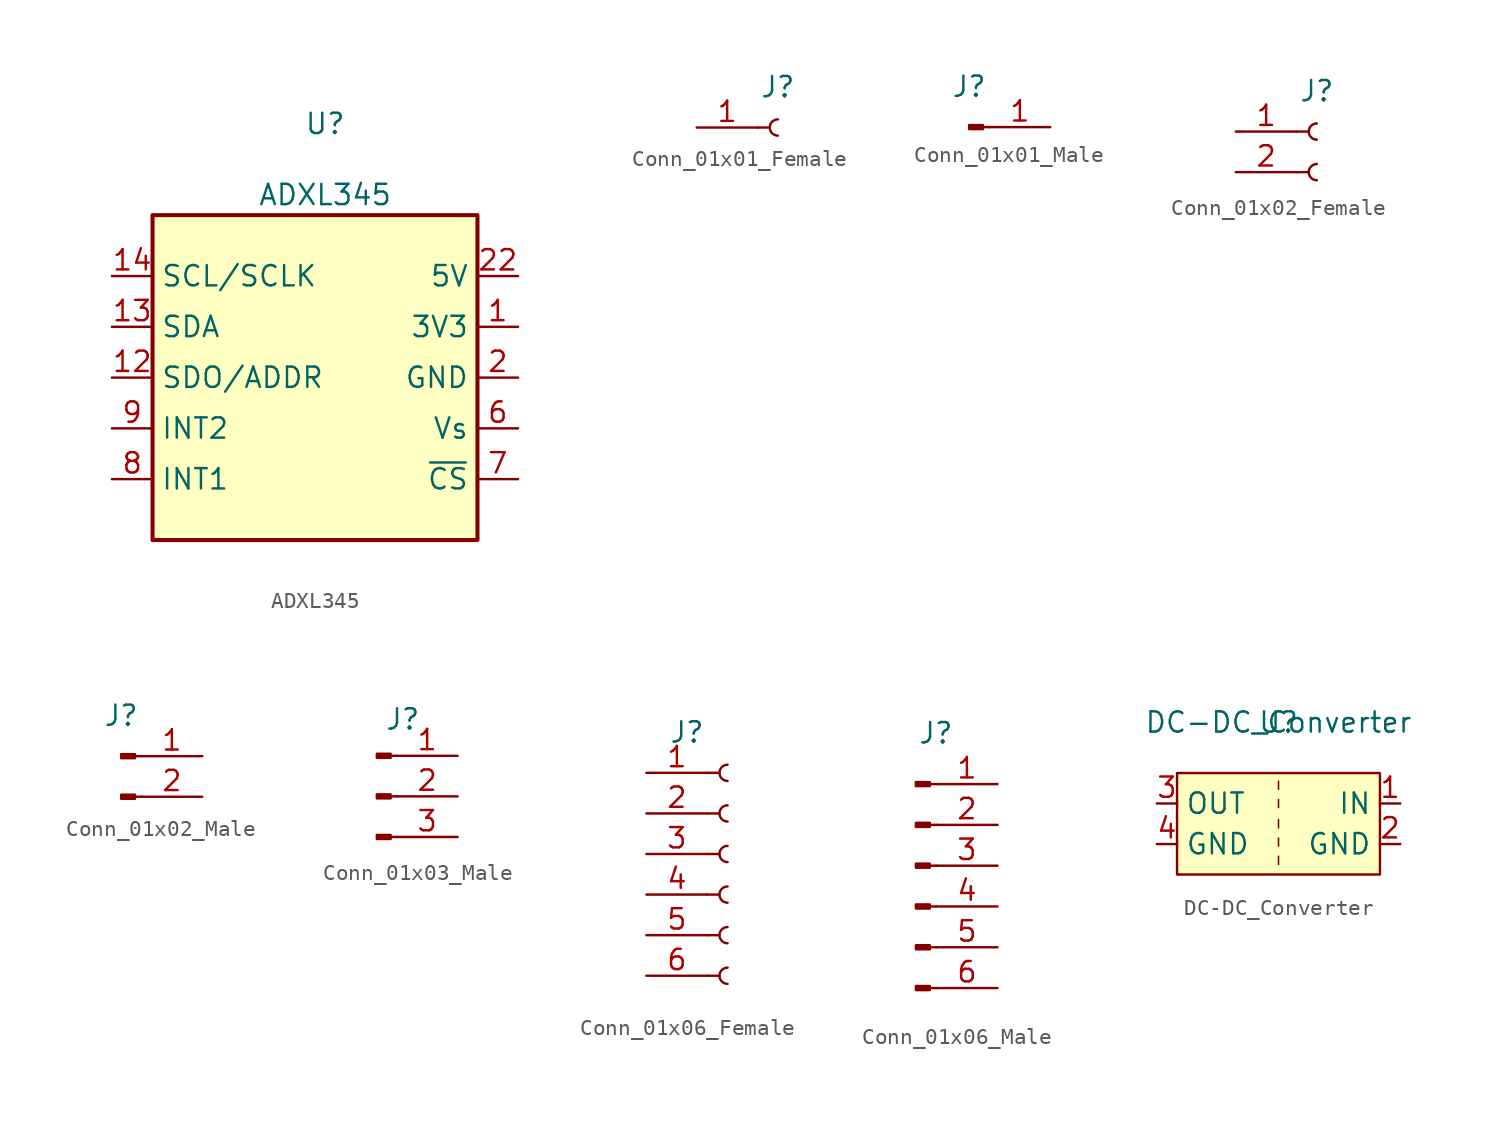
<source format=kicad_sym>
(kicad_symbol_lib
  (version 20211014)
  (generator kicad_symbol_editor)
  (symbol "ADXL345"
    (property "Reference" "U"
      (at 0 0 0)
      (effects (font (size 1.27 1.27))))
    (property "Value" "ADXL345"
      (at 0 -4.445 0)
      (effects (font (size 1.27 1.27))))
    (symbol "ADXL345_0_1"
      (rectangle (start -10.795 -5.715) (end 9.525 -26.035) (stroke (width 0.254) (type default) (color 0 0 0 0)) (fill (type background))))
    (symbol "ADXL345_1_1"
      (pin power_in line (at 12.065 -12.7 180) (length 2.54) (name "3V3" (effects (font (size 1.27 1.27)))) (number "1" (effects (font (size 1.27 1.27)))))
      (pin bidirectional line (at -13.335 -15.875 0) (length 2.54) (name "SDO/ADDR" (effects (font (size 1.27 1.27)))) (number "12" (effects (font (size 1.27 1.27)))))
      (pin bidirectional line (at -13.335 -12.7 0) (length 2.54) (name "SDA" (effects (font (size 1.27 1.27)))) (number "13" (effects (font (size 1.27 1.27)))))
      (pin input line (at -13.335 -9.525 0) (length 2.54) (name "SCL/SCLK" (effects (font (size 1.27 1.27)))) (number "14" (effects (font (size 1.27 1.27)))))
      (pin power_in line (at 12.065 -15.875 180) (length 2.54) (name "GND" (effects (font (size 1.27 1.27)))) (number "2" (effects (font (size 1.27 1.27)))))
      (pin passive line (at 12.065 -9.525 180) (length 2.54) (name "5V" (effects (font (size 1.27 1.27)))) (number "22" (effects (font (size 1.27 1.27)))))
      (pin power_in line (at 12.065 -19.05 180) (length 2.54) (name "Vs" (effects (font (size 1.27 1.27)))) (number "6" (effects (font (size 1.27 1.27)))))
      (pin input line (at 12.065 -22.225 180) (length 2.54) (name "~{CS}" (effects (font (size 1.27 1.27)))) (number "7" (effects (font (size 1.27 1.27)))))
      (pin output line (at -13.335 -22.225 0) (length 2.54) (name "INT1" (effects (font (size 1.27 1.27)))) (number "8" (effects (font (size 1.27 1.27)))))
      (pin output line (at -13.335 -19.05 0) (length 2.54) (name "INT2" (effects (font (size 1.27 1.27)))) (number "9" (effects (font (size 1.27 1.27)))))))
  (symbol "Conn_01x01_Female"
    (pin_names
      (offset 1.016) hide)
    (property "Reference" "J"
      (at 0 2.54 0)
      (effects (font (size 1.27 1.27))))
    (symbol "Conn_01x01_Female_1_1"
      (polyline (pts (xy -1.27 0) (xy -0.508 0)) (stroke (width 0.152) (type default) (color 0 0 0 0)) (fill (type none)))
      (arc (start 0 0.508) (mid -0.508 0) (end 0 -0.508) (stroke (width 0.1524) (type default) (color 0 0 0 0)) (fill (type none)))
      (pin input line (at 0 0 180) (length 3.81) hide (name "" (effects (font (size 1.27 1.27)))) (number "" (effects (font (size 1.27 1.27)))))
      (pin bidirectional line (at -5.08 0 0) (length 3.81) (name "Pin_1" (effects (font (size 1.27 1.27)))) (number "1" (effects (font (size 1.27 1.27)))))))
  (symbol "Conn_01x01_Male"
    (pin_names
      (offset 1.016) hide)
    (property "Reference" "J"
      (at 0 2.54 0)
      (effects (font (size 1.27 1.27))))
    (symbol "Conn_01x01_Male_1_1"
      (polyline (pts (xy 1.27 0) (xy 0.864 0)) (stroke (width 0.152) (type default) (color 0 0 0 0)) (fill (type none)))
      (rectangle (start 0.864 0.127) (end 0 -0.127) (stroke (width 0.152) (type default) (color 0 0 0 0)) (fill (type outline)))
      (pin input line (at 0 0 0) (length 3.81) hide (name "" (effects (font (size 1.27 1.27)))) (number "" (effects (font (size 1.27 1.27)))))
      (pin passive line (at 5.08 0 180) (length 3.81) (name "Pin_1" (effects (font (size 1.27 1.27)))) (number "1" (effects (font (size 1.27 1.27)))))))
  (symbol "Conn_01x02_Female"
    (pin_names
      (offset 1.016) hide)
    (property "Reference" "J"
      (at 0 2.54 0)
      (effects (font (size 1.27 1.27))))
    (symbol "Conn_01x02_Female_1_1"
      (arc (start 0 -2.032) (mid -0.508 -2.54) (end 0 -3.048) (stroke (width 0.1524) (type default) (color 0 0 0 0)) (fill (type none)))
      (polyline (pts (xy -1.27 -2.54) (xy -0.508 -2.54)) (stroke (width 0.152) (type default) (color 0 0 0 0)) (fill (type none)))
      (polyline (pts (xy -1.27 0) (xy -0.508 0)) (stroke (width 0.152) (type default) (color 0 0 0 0)) (fill (type none)))
      (arc (start 0 0.508) (mid -0.508 0) (end 0 -0.508) (stroke (width 0.1524) (type default) (color 0 0 0 0)) (fill (type none)))
      (pin input line (at 0 -2.54 180) (length 3.81) hide (name "" (effects (font (size 1.27 1.27)))) (number "" (effects (font (size 1.27 1.27)))))
      (pin input line (at 0 0 180) (length 3.81) hide (name "" (effects (font (size 1.27 1.27)))) (number "" (effects (font (size 1.27 1.27)))))
      (pin passive line (at -5.08 0 0) (length 3.81) (name "Pin_1" (effects (font (size 1.27 1.27)))) (number "1" (effects (font (size 1.27 1.27)))))
      (pin passive line (at -5.08 -2.54 0) (length 3.81) (name "Pin_2" (effects (font (size 1.27 1.27)))) (number "2" (effects (font (size 1.27 1.27)))))))
  (symbol "Conn_01x02_Male"
    (pin_names
      (offset 1.016) hide)
    (property "Reference" "J"
      (at 0 2.54 0)
      (effects (font (size 1.27 1.27))))
    (symbol "Conn_01x02_Male_1_1"
      (polyline (pts (xy 1.27 -2.54) (xy 0.864 -2.54)) (stroke (width 0.152) (type default) (color 0 0 0 0)) (fill (type none)))
      (polyline (pts (xy 1.27 0) (xy 0.864 0)) (stroke (width 0.152) (type default) (color 0 0 0 0)) (fill (type none)))
      (rectangle (start 0.864 -2.413) (end 0 -2.667) (stroke (width 0.152) (type default) (color 0 0 0 0)) (fill (type outline)))
      (rectangle (start 0.864 0.127) (end 0 -0.127) (stroke (width 0.152) (type default) (color 0 0 0 0)) (fill (type outline)))
      (pin input line (at 0 -2.54 0) (length 3.81) hide (name "" (effects (font (size 1.27 1.27)))) (number "" (effects (font (size 1.27 1.27)))))
      (pin input line (at 0 0 0) (length 3.81) hide (name "" (effects (font (size 1.27 1.27)))) (number "" (effects (font (size 1.27 1.27)))))
      (pin passive line (at 5.08 0 180) (length 3.81) (name "Pin_1" (effects (font (size 1.27 1.27)))) (number "1" (effects (font (size 1.27 1.27)))))
      (pin passive line (at 5.08 -2.54 180) (length 3.81) (name "Pin_2" (effects (font (size 1.27 1.27)))) (number "2" (effects (font (size 1.27 1.27)))))))
  (symbol "Conn_01x03_Male"
    (property "Reference" "J"
      (at 1.651 4.826 0)
      (effects (font (size 1.27 1.27))))
    (symbol "Conn_01x03_Male_1_1"
      (polyline (pts (xy 1.295 -2.54) (xy 0.889 -2.54)) (stroke (width 0.152) (type default) (color 0 0 0 0)) (fill (type none)))
      (polyline (pts (xy 1.295 0) (xy 0.889 0)) (stroke (width 0.152) (type default) (color 0 0 0 0)) (fill (type none)))
      (polyline (pts (xy 1.295 2.54) (xy 0.889 2.54)) (stroke (width 0.152) (type default) (color 0 0 0 0)) (fill (type none)))
      (rectangle (start 0.889 -2.413) (end 0.025 -2.667) (stroke (width 0.152) (type default) (color 0 0 0 0)) (fill (type outline)))
      (rectangle (start 0.889 0.127) (end 0.025 -0.127) (stroke (width 0.152) (type default) (color 0 0 0 0)) (fill (type outline)))
      (rectangle (start 0.889 2.667) (end 0.025 2.413) (stroke (width 0.152) (type default) (color 0 0 0 0)) (fill (type outline)))
      (pin input line (at 0 -2.54 0) (length 3.81) hide (name "" (effects (font (size 1.27 1.27)))) (number "" (effects (font (size 1.27 1.27)))))
      (pin input line (at 0 0 0) (length 3.81) hide (name "" (effects (font (size 1.27 1.27)))) (number "" (effects (font (size 1.27 1.27)))))
      (pin input line (at 0 2.54 0) (length 3.81) hide (name "" (effects (font (size 1.27 1.27)))) (number "" (effects (font (size 1.27 1.27)))))
      (pin passive line (at 5.08 2.54 180) (length 3.81) (name "" (effects (font (size 1.27 1.27)))) (number "1" (effects (font (size 1.27 1.27)))))
      (pin passive line (at 5.08 0 180) (length 3.81) (name "" (effects (font (size 1.27 1.27)))) (number "2" (effects (font (size 1.27 1.27)))))
      (pin passive line (at 5.08 -2.54 180) (length 3.81) (name "" (effects (font (size 1.27 1.27)))) (number "3" (effects (font (size 1.27 1.27)))))))
  (symbol "Conn_01x06_Female"
    (property "Reference" "J"
      (at 0 0 0)
      (effects (font (size 1.27 1.27))))
    (symbol "Conn_01x06_Female_1_1"
      (polyline (pts (xy 1.27 -15.24) (xy 2.032 -15.24)) (stroke (width 0.152) (type default) (color 0 0 0 0)) (fill (type none)))
      (polyline (pts (xy 1.27 -12.7) (xy 2.032 -12.7)) (stroke (width 0.152) (type default) (color 0 0 0 0)) (fill (type none)))
      (polyline (pts (xy 1.27 -10.16) (xy 2.032 -10.16)) (stroke (width 0.152) (type default) (color 0 0 0 0)) (fill (type none)))
      (polyline (pts (xy 1.27 -7.62) (xy 2.032 -7.62)) (stroke (width 0.152) (type default) (color 0 0 0 0)) (fill (type none)))
      (polyline (pts (xy 1.27 -5.08) (xy 2.032 -5.08)) (stroke (width 0.152) (type default) (color 0 0 0 0)) (fill (type none)))
      (polyline (pts (xy 1.27 -2.54) (xy 2.032 -2.54)) (stroke (width 0.152) (type default) (color 0 0 0 0)) (fill (type none)))
      (arc (start 2.54 -14.732) (mid 2.032 -15.24) (end 2.54 -15.748) (stroke (width 0.1524) (type default) (color 0 0 0 0)) (fill (type none)))
      (arc (start 2.54 -12.192) (mid 2.032 -12.7) (end 2.54 -13.208) (stroke (width 0.1524) (type default) (color 0 0 0 0)) (fill (type none)))
      (arc (start 2.54 -9.652) (mid 2.032 -10.16) (end 2.54 -10.668) (stroke (width 0.1524) (type default) (color 0 0 0 0)) (fill (type none)))
      (arc (start 2.54 -7.112) (mid 2.032 -7.62) (end 2.54 -8.128) (stroke (width 0.1524) (type default) (color 0 0 0 0)) (fill (type none)))
      (arc (start 2.54 -4.572) (mid 2.032 -5.08) (end 2.54 -5.588) (stroke (width 0.1524) (type default) (color 0 0 0 0)) (fill (type none)))
      (arc (start 2.54 -2.032) (mid 2.032 -2.54) (end 2.54 -3.048) (stroke (width 0.1524) (type default) (color 0 0 0 0)) (fill (type none)))
      (pin input line (at 2.54 -15.24 180) (length 3.81) hide (name "" (effects (font (size 1.27 1.27)))) (number "" (effects (font (size 1.27 1.27)))))
      (pin input line (at 2.54 -12.7 180) (length 3.81) hide (name "" (effects (font (size 1.27 1.27)))) (number "" (effects (font (size 1.27 1.27)))))
      (pin input line (at 2.54 -10.16 180) (length 3.81) hide (name "" (effects (font (size 1.27 1.27)))) (number "" (effects (font (size 1.27 1.27)))))
      (pin input line (at 2.54 -7.62 180) (length 3.81) hide (name "" (effects (font (size 1.27 1.27)))) (number "" (effects (font (size 1.27 1.27)))))
      (pin input line (at 2.54 -5.08 180) (length 3.81) hide (name "" (effects (font (size 1.27 1.27)))) (number "" (effects (font (size 1.27 1.27)))))
      (pin input line (at 2.54 -2.54 180) (length 3.81) hide (name "" (effects (font (size 1.27 1.27)))) (number "" (effects (font (size 1.27 1.27)))))
      (pin passive line (at -2.54 -2.54 0) (length 3.81) (name "" (effects (font (size 1.27 1.27)))) (number "1" (effects (font (size 1.27 1.27)))))
      (pin passive line (at -2.54 -5.08 0) (length 3.81) (name "" (effects (font (size 1.27 1.27)))) (number "2" (effects (font (size 1.27 1.27)))))
      (pin passive line (at -2.54 -7.62 0) (length 3.81) (name "" (effects (font (size 1.27 1.27)))) (number "3" (effects (font (size 1.27 1.27)))))
      (pin passive line (at -2.54 -10.16 0) (length 3.81) (name "" (effects (font (size 1.27 1.27)))) (number "4" (effects (font (size 1.27 1.27)))))
      (pin passive line (at -2.54 -12.7 0) (length 3.81) (name "" (effects (font (size 1.27 1.27)))) (number "5" (effects (font (size 1.27 1.27)))))
      (pin passive line (at -2.54 -15.24 0) (length 3.81) (name "" (effects (font (size 1.27 1.27)))) (number "6" (effects (font (size 1.27 1.27)))))))
  (symbol "Conn_01x06_Male"
    (property "Reference" "J"
      (at 1.27 8.255 0)
      (effects (font (size 1.27 1.27))))
    (symbol "Conn_01x06_Male_1_1"
      (polyline (pts (xy 1.295 -7.62) (xy 0.889 -7.62)) (stroke (width 0.152) (type default) (color 0 0 0 0)) (fill (type none)))
      (polyline (pts (xy 1.295 -5.08) (xy 0.889 -5.08)) (stroke (width 0.152) (type default) (color 0 0 0 0)) (fill (type none)))
      (polyline (pts (xy 1.295 -2.54) (xy 0.889 -2.54)) (stroke (width 0.152) (type default) (color 0 0 0 0)) (fill (type none)))
      (polyline (pts (xy 1.295 0) (xy 0.889 0)) (stroke (width 0.152) (type default) (color 0 0 0 0)) (fill (type none)))
      (polyline (pts (xy 1.295 2.54) (xy 0.889 2.54)) (stroke (width 0.152) (type default) (color 0 0 0 0)) (fill (type none)))
      (polyline (pts (xy 1.295 5.08) (xy 0.889 5.08)) (stroke (width 0.152) (type default) (color 0 0 0 0)) (fill (type none)))
      (rectangle (start 0.889 -7.493) (end 0.025 -7.747) (stroke (width 0.152) (type default) (color 0 0 0 0)) (fill (type outline)))
      (rectangle (start 0.889 -4.953) (end 0.025 -5.207) (stroke (width 0.152) (type default) (color 0 0 0 0)) (fill (type outline)))
      (rectangle (start 0.889 -2.413) (end 0.025 -2.667) (stroke (width 0.152) (type default) (color 0 0 0 0)) (fill (type outline)))
      (rectangle (start 0.889 0.127) (end 0.025 -0.127) (stroke (width 0.152) (type default) (color 0 0 0 0)) (fill (type outline)))
      (rectangle (start 0.889 2.667) (end 0.025 2.413) (stroke (width 0.152) (type default) (color 0 0 0 0)) (fill (type outline)))
      (rectangle (start 0.889 5.207) (end 0.025 4.953) (stroke (width 0.152) (type default) (color 0 0 0 0)) (fill (type outline)))
      (pin input line (at 0 -7.62 0) (length 3.81) hide (name "" (effects (font (size 1.27 1.27)))) (number "" (effects (font (size 1.27 1.27)))))
      (pin input line (at 0 -5.08 0) (length 3.81) hide (name "" (effects (font (size 1.27 1.27)))) (number "" (effects (font (size 1.27 1.27)))))
      (pin input line (at 0 -2.54 0) (length 3.81) hide (name "" (effects (font (size 1.27 1.27)))) (number "" (effects (font (size 1.27 1.27)))))
      (pin input line (at 0 0 0) (length 3.81) hide (name "" (effects (font (size 1.27 1.27)))) (number "" (effects (font (size 1.27 1.27)))))
      (pin input line (at 0 2.54 0) (length 3.81) hide (name "" (effects (font (size 1.27 1.27)))) (number "" (effects (font (size 1.27 1.27)))))
      (pin input line (at 0 5.08 0) (length 3.81) hide (name "" (effects (font (size 1.27 1.27)))) (number "" (effects (font (size 1.27 1.27)))))
      (pin passive line (at 5.105 5.08 180) (length 3.81) (name "" (effects (font (size 1.27 1.27)))) (number "1" (effects (font (size 1.27 1.27)))))
      (pin passive line (at 5.105 2.54 180) (length 3.81) (name "" (effects (font (size 1.27 1.27)))) (number "2" (effects (font (size 1.27 1.27)))))
      (pin passive line (at 5.105 0 180) (length 3.81) (name "" (effects (font (size 1.27 1.27)))) (number "3" (effects (font (size 1.27 1.27)))))
      (pin passive line (at 5.105 -2.54 180) (length 3.81) (name "" (effects (font (size 1.27 1.27)))) (number "4" (effects (font (size 1.27 1.27)))))
      (pin passive line (at 5.105 -5.08 180) (length 3.81) (name "" (effects (font (size 1.27 1.27)))) (number "5" (effects (font (size 1.27 1.27)))))
      (pin passive line (at 5.105 -7.62 180) (length 3.81) (name "" (effects (font (size 1.27 1.27)))) (number "6" (effects (font (size 1.27 1.27)))))))
  (symbol "DC-DC_Converter"
    (property "Reference" "U"
      (at 0 0 0)
      (effects (font (size 1.27 1.27))))
    (property "Value" "DC-DC_Converter"
      (at 0 0 0)
      (effects (font (size 1.27 1.27))))
    (symbol "DC-DC_Converter_0_1"
      (rectangle (start -6.35 -3.175) (end 6.35 -9.525) (stroke (width 0.152) (type default) (color 0 0 0 0)) (fill (type background)))
      (polyline (pts (xy 0 -8.382) (xy 0 -8.89)) (stroke (width 0.1) (type default) (color 0 0 0 0)) (fill (type none)))
      (polyline (pts (xy 0 -7.239) (xy 0 -7.747)) (stroke (width 0.1) (type default) (color 0 0 0 0)) (fill (type none)))
      (polyline (pts (xy 0 -6.096) (xy 0 -6.604)) (stroke (width 0.1) (type default) (color 0 0 0 0)) (fill (type none)))
      (polyline (pts (xy 0 -4.826) (xy 0 -5.334)) (stroke (width 0.1) (type default) (color 0 0 0 0)) (fill (type none)))
      (polyline (pts (xy 0 -3.683) (xy 0 -4.191)) (stroke (width 0.1) (type default) (color 0 0 0 0)) (fill (type none)))
      (rectangle (start 5.08 -5.08) (end 5.08 -5.08) (stroke (width 0.152) (type default) (color 0 0 0 0)) (fill (type none))))
    (symbol "DC-DC_Converter_1_1"
      (pin passive line (at 7.62 -5.08 180) (length 1.27) (name "IN" (effects (font (size 1.27 1.27)))) (number "1" (effects (font (size 1.27 1.27)))))
      (pin passive line (at 7.62 -7.62 180) (length 1.27) (name "GND" (effects (font (size 1.27 1.27)))) (number "2" (effects (font (size 1.27 1.27)))))
      (pin passive line (at -7.62 -5.08 0) (length 1.27) (name "OUT" (effects (font (size 1.27 1.27)))) (number "3" (effects (font (size 1.27 1.27)))))
      (pin passive line (at -7.62 -7.62 0) (length 1.27) (name "GND" (effects (font (size 1.27 1.27)))) (number "4" (effects (font (size 1.27 1.27))))))))
</source>
